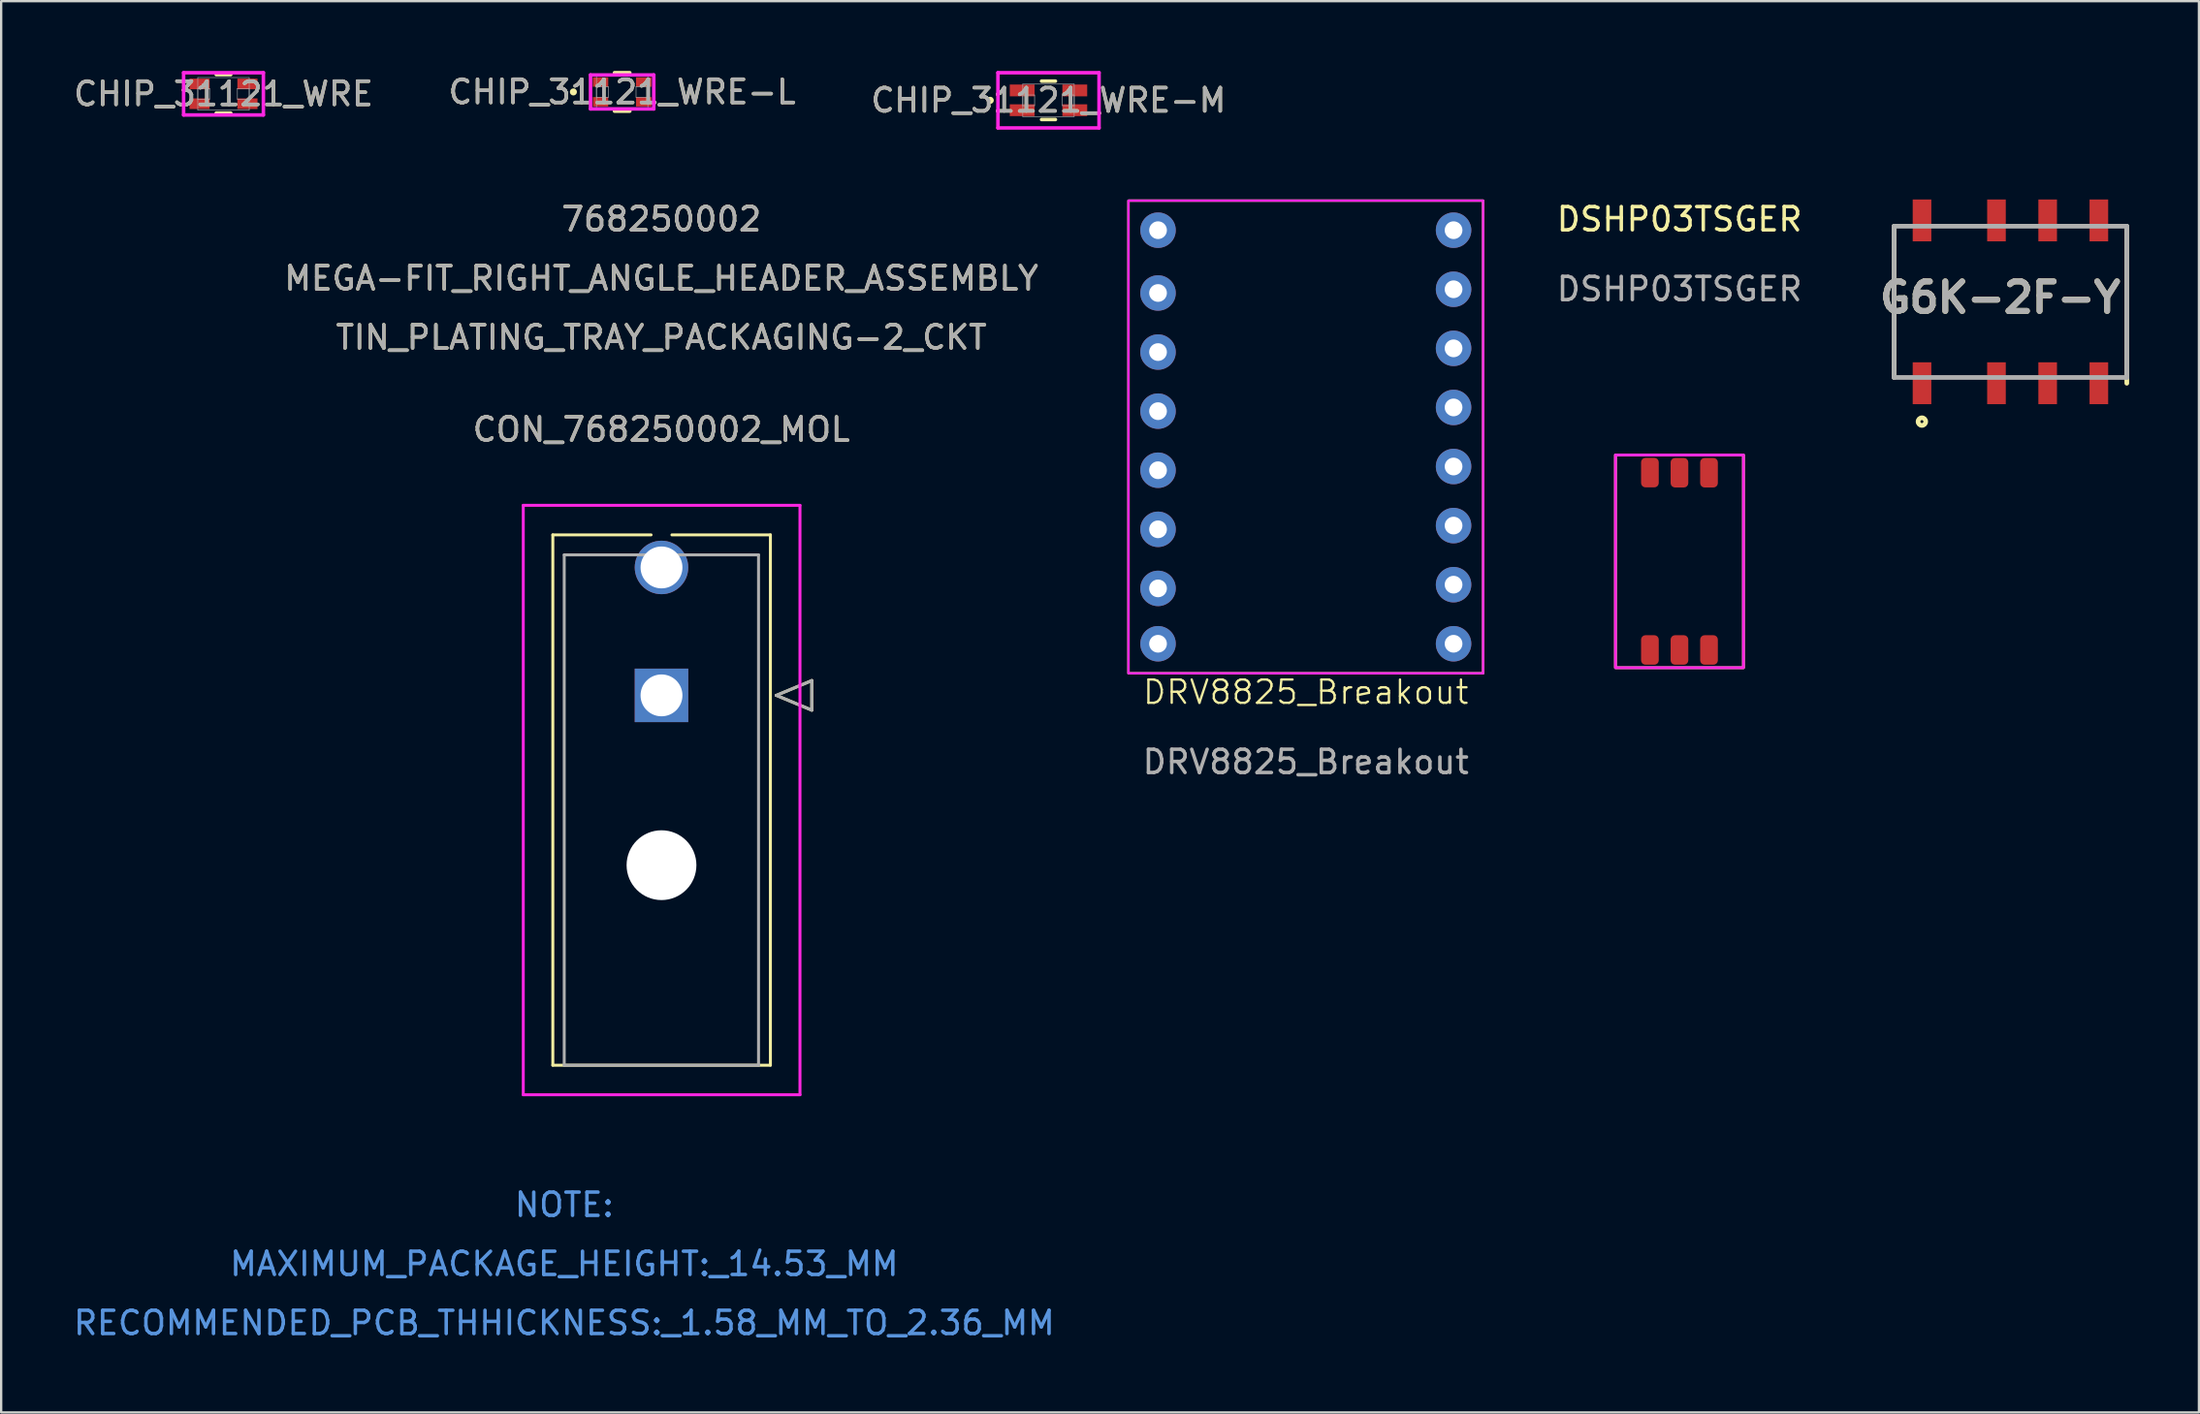
<source format=kicad_pcb>
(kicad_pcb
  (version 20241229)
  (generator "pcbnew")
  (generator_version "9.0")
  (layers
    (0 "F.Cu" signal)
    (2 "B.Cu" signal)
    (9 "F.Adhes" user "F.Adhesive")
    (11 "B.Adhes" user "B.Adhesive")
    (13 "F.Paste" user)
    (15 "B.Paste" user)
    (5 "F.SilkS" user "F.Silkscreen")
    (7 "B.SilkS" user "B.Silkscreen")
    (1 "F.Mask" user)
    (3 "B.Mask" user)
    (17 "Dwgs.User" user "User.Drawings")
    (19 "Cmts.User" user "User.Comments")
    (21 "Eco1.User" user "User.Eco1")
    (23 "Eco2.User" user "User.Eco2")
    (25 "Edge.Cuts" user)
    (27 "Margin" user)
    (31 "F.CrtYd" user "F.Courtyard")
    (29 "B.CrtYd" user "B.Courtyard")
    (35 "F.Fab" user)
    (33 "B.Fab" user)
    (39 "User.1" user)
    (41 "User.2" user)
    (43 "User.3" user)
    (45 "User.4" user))
  (footprint "G6K-2F-Y"
    (layer "F.Cu")
    (at 78.343 9.926)
    (property "Reference" "G6K-2F-Y" (at 4.558 -0.183 0) (layer "F.SilkS") (effects (font (size 1.27 1.27) (thickness 0.254))))
    (attr smd)
    (fp_line (start 0 -3.25) (end 0 3.25) (stroke (width 0.2) (type solid)) (layer "F.SilkS"))
    (fp_line (start 10 -3.25) (end 10 3.5) (stroke (width 0.2) (type solid)) (layer "F.SilkS"))
    (fp_circle (center 1.195 5.149) (end 1.195 5.213) (stroke (width 0.2) (type solid)) (fill no) (layer "F.SilkS"))
    (fp_line (start 0 -3.25) (end 10 -3.25) (stroke (width 0.2) (type solid)) (layer "F.Fab"))
    (fp_line (start 0 3.25) (end 0 -3.25) (stroke (width 0.2) (type solid)) (layer "F.Fab"))
    (fp_line (start 10 -3.25) (end 10 3.25) (stroke (width 0.2) (type solid)) (layer "F.Fab"))
    (fp_line (start 10 3.25) (end 0 3.25) (stroke (width 0.2) (type solid)) (layer "F.Fab"))
    (fp_text user "${REFERENCE}" (at 4.558 -0.183 0) (layer "F.Fab") (effects (font (size 1.27 1.27) (thickness 0.254))))
    (pad "1" smd rect (at 1.2 3.5) (size 0.8 1.8) (layers "F.Cu" "F.Mask" "F.Paste"))
    (pad "2" smd rect (at 4.4 3.5) (size 0.8 1.8) (layers "F.Cu" "F.Mask" "F.Paste"))
    (pad "3" smd rect (at 6.6 3.5) (size 0.8 1.8) (layers "F.Cu" "F.Mask" "F.Paste"))
    (pad "4" smd rect (at 8.8 3.5) (size 0.8 1.8) (layers "F.Cu" "F.Mask" "F.Paste"))
    (pad "5" smd rect (at 8.8 -3.5) (size 0.8 1.8) (layers "F.Cu" "F.Mask" "F.Paste"))
    (pad "6" smd rect (at 6.6 -3.5) (size 0.8 1.8) (layers "F.Cu" "F.Mask" "F.Paste"))
    (pad "7" smd rect (at 4.4 -3.5) (size 0.8 1.8) (layers "F.Cu" "F.Mask" "F.Paste"))
    (pad "8" smd rect (at 1.2 -3.5) (size 0.8 1.8) (layers "F.Cu" "F.Mask" "F.Paste")))
  (footprint "CHIP_31121_WRE"
    (layer "F.Cu")
    (at 6.554 0.984)
    (property "Reference" "CHIP_31121_WRE" (at 0 0 0) (unlocked yes) (layer "F.SilkS") (effects (font (size 1 1) (thickness 0.15))))
    (attr smd)
    (fp_line (start -0.312 0.826) (end 0.312 0.826) (stroke (width 0.152) (type solid)) (layer "F.SilkS"))
    (fp_line (start 0.312 -0.826) (end -0.312 -0.826) (stroke (width 0.152) (type solid)) (layer "F.SilkS"))
    (fp_line (start -1.714 -0.908) (end 1.714 -0.908) (stroke (width 0.152) (type solid)) (layer "F.CrtYd"))
    (fp_line (start -1.714 0.908) (end -1.714 -0.908) (stroke (width 0.152) (type solid)) (layer "F.CrtYd"))
    (fp_line (start 1.714 -0.908) (end 1.714 0.908) (stroke (width 0.152) (type solid)) (layer "F.CrtYd"))
    (fp_line (start 1.714 0.908) (end -1.714 0.908) (stroke (width 0.152) (type solid)) (layer "F.CrtYd"))
    (fp_line (start -1.105 -0.699) (end -1.105 0.699) (stroke (width 0.025) (type solid)) (layer "F.Fab"))
    (fp_line (start -1.105 -0.229) (end -1.105 0.229) (stroke (width 0.025) (type solid)) (layer "F.Fab"))
    (fp_line (start -1.105 0.229) (end -0.597 0.229) (stroke (width 0.025) (type solid)) (layer "F.Fab"))
    (fp_line (start -1.105 0.699) (end 1.105 0.699) (stroke (width 0.025) (type solid)) (layer "F.Fab"))
    (fp_line (start -0.597 -0.229) (end -1.105 -0.229) (stroke (width 0.025) (type solid)) (layer "F.Fab"))
    (fp_line (start -0.597 0.229) (end -0.597 -0.229) (stroke (width 0.025) (type solid)) (layer "F.Fab"))
    (fp_line (start 0.597 -0.229) (end 0.597 0.229) (stroke (width 0.025) (type solid)) (layer "F.Fab"))
    (fp_line (start 0.597 0.229) (end 1.105 0.229) (stroke (width 0.025) (type solid)) (layer "F.Fab"))
    (fp_line (start 1.105 -0.699) (end -1.105 -0.699) (stroke (width 0.025) (type solid)) (layer "F.Fab"))
    (fp_line (start 1.105 -0.229) (end 0.597 -0.229) (stroke (width 0.025) (type solid)) (layer "F.Fab"))
    (fp_line (start 1.105 0.229) (end 1.105 -0.229) (stroke (width 0.025) (type solid)) (layer "F.Fab"))
    (fp_line (start 1.105 0.699) (end 1.105 -0.699) (stroke (width 0.025) (type solid)) (layer "F.Fab"))
    (fp_circle (center -0.902 -0.425) (end -0.902 -0.425) (stroke (width 0.025) (type solid)) (fill no) (layer "F.Fab"))
    (fp_text user "${REFERENCE}" (at 0 0 0) (unlocked yes) (layer "F.Fab") (effects (font (size 1 1) (thickness 0.15))))
    (pad "1" smd rect (at -1.029 -0.425) (size 0.864 0.457) (layers "F.Cu" "F.Mask" "F.Paste"))
    (pad "2" smd rect (at 1.029 -0.425) (size 0.864 0.457) (layers "F.Cu" "F.Mask" "F.Paste"))
    (pad "3" smd rect (at 1.029 0.425) (size 0.864 0.457) (layers "F.Cu" "F.Mask" "F.Paste"))
    (pad "4" smd rect (at -1.029 0.425) (size 0.864 0.457) (layers "F.Cu" "F.Mask" "F.Paste"))
    (zone (net_name "") (layer "F.Cu") (hatch full 0.508) (connect_pads) (min_thickness 0.254) (filled_areas_thickness no) (keepout (tracks not_allowed) (vias not_allowed) (pads allowed) (copperpour not_allowed) (footprints allowed)) (placement (enabled no)) (fill) (polygon (pts (xy 6.007 0.336) (xy 7.1 0.336) (xy 7.1 1.631) (xy 6.007 1.631)))))
  (footprint "CON_768250002_MOL"
    (layer "F.Cu")
    (at 25.376 26.845)
    (property "Reference" "CON_768250002_MOL" (at -0.005 -11.43 0) (unlocked yes) (layer "F.SilkS") (effects (font (size 1 1) (thickness 0.15))))
    (attr through_hole)
    (fp_line (start -4.67 -6.9) (end -4.67 15.9) (stroke (width 0.127) (type solid)) (layer "F.SilkS"))
    (fp_line (start -4.67 15.9) (end 4.68 15.9) (stroke (width 0.127) (type solid)) (layer "F.SilkS"))
    (fp_line (start -0.448 -6.9) (end -4.67 -6.9) (stroke (width 0.127) (type solid)) (layer "F.SilkS"))
    (fp_line (start 4.68 -6.9) (end 0.448 -6.9) (stroke (width 0.127) (type solid)) (layer "F.SilkS"))
    (fp_line (start 4.68 15.9) (end 4.68 -6.9) (stroke (width 0.127) (type solid)) (layer "F.SilkS"))
    (fp_line (start 4.934 0) (end 6.458 -0.635) (stroke (width 0.127) (type solid)) (layer "F.SilkS"))
    (fp_line (start 6.458 -0.635) (end 6.458 0.635) (stroke (width 0.127) (type solid)) (layer "F.SilkS"))
    (fp_line (start 6.458 0.635) (end 4.934 0) (stroke (width 0.127) (type solid)) (layer "F.SilkS"))
    (fp_line (start -5.94 -8.17) (end -5.94 17.17) (stroke (width 0.127) (type solid)) (layer "F.CrtYd"))
    (fp_line (start -5.94 17.17) (end 5.95 17.17) (stroke (width 0.127) (type solid)) (layer "F.CrtYd"))
    (fp_line (start 5.95 -8.17) (end -5.94 -8.17) (stroke (width 0.127) (type solid)) (layer "F.CrtYd"))
    (fp_line (start 5.95 17.17) (end 5.95 -8.17) (stroke (width 0.127) (type solid)) (layer "F.CrtYd"))
    (fp_line (start -4.18 -6.04) (end -4.18 15.9) (stroke (width 0.127) (type solid)) (layer "F.Fab"))
    (fp_line (start -4.18 15.9) (end 4.17 15.9) (stroke (width 0.127) (type solid)) (layer "F.Fab"))
    (fp_line (start 4.17 -6.04) (end -4.18 -6.04) (stroke (width 0.127) (type solid)) (layer "F.Fab"))
    (fp_line (start 4.17 15.9) (end 4.17 -6.04) (stroke (width 0.127) (type solid)) (layer "F.Fab"))
    (fp_line (start 4.934 0) (end 6.458 -0.635) (stroke (width 0.127) (type solid)) (layer "F.Fab"))
    (fp_line (start 6.458 -0.635) (end 6.458 0.635) (stroke (width 0.127) (type solid)) (layer "F.Fab"))
    (fp_line (start 6.458 0.635) (end 4.934 0) (stroke (width 0.127) (type solid)) (layer "F.Fab"))
    (fp_text user "TIN_PLATING_TRAY_PACKAGING-2_CKT" (at -0.005 -15.39 0) (unlocked yes) (layer "F.SilkS") (effects (font (size 1 1) (thickness 0.15))))
    (fp_text user "768250002" (at -0.005 -20.47 0) (unlocked yes) (layer "F.SilkS") (effects (font (size 1 1) (thickness 0.15))))
    (fp_text user "MEGA-FIT_RIGHT_ANGLE_HEADER_ASSEMBLY" (at -0.005 -17.93 0) (unlocked yes) (layer "F.SilkS") (effects (font (size 1 1) (thickness 0.15))))
    (fp_text user "MAXIMUM_PACKAGE_HEIGHT:_14.53_MM" (at -4.18 24.44 0) (unlocked yes) (layer "Cmts.User") (effects (font (size 1 1) (thickness 0.15))))
    (fp_text user "NOTE:" (at -4.18 21.9 0) (unlocked yes) (layer "Cmts.User") (effects (font (size 1 1) (thickness 0.15))))
    (fp_text user "RECOMMENDED_PCB_THHICKNESS:_1.58_MM_TO_2.36_MM" (at -4.18 26.98 0) (unlocked yes) (layer "Cmts.User") (effects (font (size 1 1) (thickness 0.15))))
    (fp_text user "MEGA-FIT_RIGHT_ANGLE_HEADER_ASSEMBLY" (at -0.005 -17.93 0) (unlocked yes) (layer "F.Fab") (effects (font (size 1 1) (thickness 0.15))))
    (fp_text user "${REFERENCE}" (at -0.005 -11.43 0) (unlocked yes) (layer "F.Fab") (effects (font (size 1 1) (thickness 0.15))))
    (fp_text user "TIN_PLATING_TRAY_PACKAGING-2_CKT" (at -0.005 -15.39 0) (unlocked yes) (layer "F.Fab") (effects (font (size 1 1) (thickness 0.15))))
    (fp_text user "768250002" (at -0.005 -20.47 0) (unlocked yes) (layer "F.Fab") (effects (font (size 1 1) (thickness 0.15))))
    (pad "" np_thru_hole circle (at 0 7.3) (size 3 3) (drill 3) (layers "*.Cu" "*.Mask"))
    (pad "1" thru_hole rect (at 0 0) (size 2.3 2.3) (drill 1.8) (layers "*.Cu" "*.Mask"))
    (pad "2" thru_hole circle (at 0 -5.5) (size 2.3 2.3) (drill 1.8) (layers "*.Cu" "*.Mask")))
  (footprint "DRV8825_Breakout"
    (layer "F.Cu")
    (at 53.063 15.736)
    (property "Reference" "DRV8825_Breakout" (at 0 10.97 0) (unlocked yes) (layer "F.SilkS") (effects (font (size 1 1) (thickness 0.1))))
    (attr through_hole)
    (fp_rect (start -7.62 -10.16) (end 7.62 10.16) (stroke (width 0.1) (type default)) (fill no) (layer "F.SilkS"))
    (fp_rect (start -7.62 -10.16) (end 7.62 10.16) (stroke (width 0.1) (type default)) (fill no) (layer "F.CrtYd"))
    (fp_text user "${REFERENCE}" (at 0 13.97 0) (unlocked yes) (layer "F.Fab") (effects (font (size 1 1) (thickness 0.15))))
    (pad "1" thru_hole circle (at -6.35 -8.89) (size 1.524 1.524) (drill 0.762) (layers "*.Cu" "*.Mask"))
    (pad "2" thru_hole circle (at -6.35 -6.19) (size 1.524 1.524) (drill 0.762) (layers "*.Cu" "*.Mask"))
    (pad "3" thru_hole circle (at -6.35 -3.65) (size 1.524 1.524) (drill 0.762) (layers "*.Cu" "*.Mask"))
    (pad "4" thru_hole circle (at -6.35 -1.11) (size 1.524 1.524) (drill 0.762) (layers "*.Cu" "*.Mask"))
    (pad "5" thru_hole circle (at -6.35 1.43) (size 1.524 1.524) (drill 0.762) (layers "*.Cu" "*.Mask"))
    (pad "6" thru_hole circle (at -6.35 3.97) (size 1.524 1.524) (drill 0.762) (layers "*.Cu" "*.Mask"))
    (pad "7" thru_hole circle (at -6.35 6.51) (size 1.524 1.524) (drill 0.762) (layers "*.Cu" "*.Mask"))
    (pad "8" thru_hole circle (at -6.35 8.89) (size 1.524 1.524) (drill 0.762) (layers "*.Cu" "*.Mask"))
    (pad "9" thru_hole circle (at 6.35 -8.89) (size 1.524 1.524) (drill 0.762) (layers "*.Cu" "*.Mask"))
    (pad "10" thru_hole circle (at 6.35 -6.35) (size 1.524 1.524) (drill 0.762) (layers "*.Cu" "*.Mask"))
    (pad "11" thru_hole circle (at 6.35 -3.81) (size 1.524 1.524) (drill 0.762) (layers "*.Cu" "*.Mask"))
    (pad "12" thru_hole circle (at 6.35 -1.27) (size 1.524 1.524) (drill 0.762) (layers "*.Cu" "*.Mask"))
    (pad "13" thru_hole circle (at 6.35 1.27) (size 1.524 1.524) (drill 0.762) (layers "*.Cu" "*.Mask"))
    (pad "14" thru_hole circle (at 6.35 3.81) (size 1.524 1.524) (drill 0.762) (layers "*.Cu" "*.Mask"))
    (pad "15" thru_hole circle (at 6.35 6.35) (size 1.524 1.524) (drill 0.762) (layers "*.Cu" "*.Mask"))
    (pad "16" thru_hole circle (at 6.35 8.89) (size 1.524 1.524) (drill 0.762) (layers "*.Cu" "*.Mask")))
  (footprint "DSHP03TSGER"
    (layer "F.Cu")
    (at 69.12 21.083)
    (property "Reference" "DSHP03TSGER" (at 0 -14.708 0) (unlocked yes) (layer "F.SilkS") (effects (font (size 1 1) (thickness 0.15))))
    (attr smd)
    (fp_rect (start -2.75 -4.572) (end 2.75 4.572) (stroke (width 0.12) (type default)) (fill no) (layer "F.SilkS"))
    (fp_rect (start -2.75 -4.572) (end 2.75 4.572) (stroke (width 0.12) (type default)) (fill no) (layer "F.CrtYd"))
    (fp_text user "${REFERENCE}" (at 0 -11.708 0) (unlocked yes) (layer "F.Fab") (effects (font (size 1 1) (thickness 0.15))))
    (pad "1" smd roundrect (at -1.27 -3.815) (size 0.76 1.27) (layers "F.Cu" "F.Mask" "F.Paste") (roundrect_rratio 0.25))
    (pad "2" smd roundrect (at -1.27 3.81) (size 0.76 1.27) (layers "F.Cu" "F.Mask" "F.Paste") (roundrect_rratio 0.25))
    (pad "3" smd roundrect (at 0 -3.81) (size 0.76 1.27) (layers "F.Cu" "F.Mask" "F.Paste") (roundrect_rratio 0.25))
    (pad "4" smd roundrect (at 0 3.81) (size 0.76 1.27) (layers "F.Cu" "F.Mask" "F.Paste") (roundrect_rratio 0.25))
    (pad "5" smd roundrect (at 1.27 -3.81) (size 0.76 1.27) (layers "F.Cu" "F.Mask" "F.Paste") (roundrect_rratio 0.25))
    (pad "6" smd roundrect (at 1.27 3.81) (size 0.76 1.27) (layers "F.Cu" "F.Mask" "F.Paste") (roundrect_rratio 0.25)))
  (footprint "CHIP_31121_WRE-L"
    (layer "F.Cu")
    (at 23.685 0.902)
    (property "Reference" "CHIP_31121_WRE-L" (at 0 0 0) (unlocked yes) (layer "F.SilkS") (effects (font (size 1 1) (thickness 0.15))))
    (attr smd)
    (fp_line (start -0.329 0.826) (end 0.329 0.826) (stroke (width 0.152) (type solid)) (layer "F.SilkS"))
    (fp_line (start 0.329 -0.826) (end -0.329 -0.826) (stroke (width 0.152) (type solid)) (layer "F.SilkS"))
    (fp_circle (center -2.095 0) (end -2.019 0) (stroke (width 0.152) (type solid)) (fill no) (layer "F.SilkS"))
    (fp_line (start -1.359 -0.73) (end 1.359 -0.73) (stroke (width 0.152) (type solid)) (layer "F.CrtYd"))
    (fp_line (start -1.359 0.73) (end -1.359 -0.73) (stroke (width 0.152) (type solid)) (layer "F.CrtYd"))
    (fp_line (start 1.359 -0.73) (end 1.359 0.73) (stroke (width 0.152) (type solid)) (layer "F.CrtYd"))
    (fp_line (start 1.359 0.73) (end -1.359 0.73) (stroke (width 0.152) (type solid)) (layer "F.CrtYd"))
    (fp_line (start -1.105 -0.699) (end -1.105 0.699) (stroke (width 0.025) (type solid)) (layer "F.Fab"))
    (fp_line (start -1.105 -0.229) (end -1.105 0.229) (stroke (width 0.025) (type solid)) (layer "F.Fab"))
    (fp_line (start -1.105 0.229) (end -0.597 0.229) (stroke (width 0.025) (type solid)) (layer "F.Fab"))
    (fp_line (start -1.105 0.699) (end 1.105 0.699) (stroke (width 0.025) (type solid)) (layer "F.Fab"))
    (fp_line (start -0.597 -0.229) (end -1.105 -0.229) (stroke (width 0.025) (type solid)) (layer "F.Fab"))
    (fp_line (start -0.597 0.229) (end -0.597 -0.229) (stroke (width 0.025) (type solid)) (layer "F.Fab"))
    (fp_line (start 0.597 -0.229) (end 0.597 0.229) (stroke (width 0.025) (type solid)) (layer "F.Fab"))
    (fp_line (start 0.597 0.229) (end 1.105 0.229) (stroke (width 0.025) (type solid)) (layer "F.Fab"))
    (fp_line (start 1.105 -0.699) (end -1.105 -0.699) (stroke (width 0.025) (type solid)) (layer "F.Fab"))
    (fp_line (start 1.105 -0.229) (end 0.597 -0.229) (stroke (width 0.025) (type solid)) (layer "F.Fab"))
    (fp_line (start 1.105 0.229) (end 1.105 -0.229) (stroke (width 0.025) (type solid)) (layer "F.Fab"))
    (fp_line (start 1.105 0.699) (end 1.105 -0.699) (stroke (width 0.025) (type solid)) (layer "F.Fab"))
    (fp_circle (center -0.8 -0.425) (end -0.724 -0.425) (stroke (width 0.025) (type solid)) (fill no) (layer "F.Fab"))
    (fp_text user "${REFERENCE}" (at 0 0 0) (unlocked yes) (layer "F.Fab") (effects (font (size 1 1) (thickness 0.15))))
    (pad "1" smd rect (at -0.927 -0.425) (size 0.66 0.406) (layers "F.Cu" "F.Mask" "F.Paste"))
    (pad "2" smd rect (at 0.927 -0.425) (size 0.66 0.406) (layers "F.Cu" "F.Mask" "F.Paste"))
    (pad "3" smd rect (at 0.927 0.425) (size 0.66 0.406) (layers "F.Cu" "F.Mask" "F.Paste"))
    (pad "4" smd rect (at -0.927 0.425) (size 0.66 0.406) (layers "F.Cu" "F.Mask" "F.Paste"))
    (zone (net_name "") (layer "F.Cu") (hatch full 0.508) (connect_pads) (min_thickness 0.254) (filled_areas_thickness no) (keepout (tracks not_allowed) (vias not_allowed) (pads allowed) (copperpour not_allowed) (footprints allowed)) (placement (enabled no)) (fill) (polygon (pts (xy 23.138 0.254) (xy 24.231 0.254) (xy 24.231 1.549) (xy 23.138 1.549)))))
  (footprint "CHIP_31121_WRE-M"
    (layer "F.Cu")
    (at 42.006 1.263)
    (property "Reference" "CHIP_31121_WRE-M" (at 0 0 0) (unlocked yes) (layer "F.SilkS") (effects (font (size 1 1) (thickness 0.15))))
    (attr smd)
    (fp_line (start -0.298 0.826) (end 0.298 0.826) (stroke (width 0.152) (type solid)) (layer "F.SilkS"))
    (fp_line (start 0.298 -0.826) (end -0.298 -0.826) (stroke (width 0.152) (type solid)) (layer "F.SilkS"))
    (fp_circle (center -2.502 0) (end -2.426 0) (stroke (width 0.152) (type solid)) (fill no) (layer "F.SilkS"))
    (fp_line (start -2.172 -1.187) (end 2.172 -1.187) (stroke (width 0.152) (type solid)) (layer "F.CrtYd"))
    (fp_line (start -2.172 1.187) (end -2.172 -1.187) (stroke (width 0.152) (type solid)) (layer "F.CrtYd"))
    (fp_line (start 2.172 -1.187) (end 2.172 1.187) (stroke (width 0.152) (type solid)) (layer "F.CrtYd"))
    (fp_line (start 2.172 1.187) (end -2.172 1.187) (stroke (width 0.152) (type solid)) (layer "F.CrtYd"))
    (fp_line (start -1.105 -0.699) (end -1.105 0.699) (stroke (width 0.025) (type solid)) (layer "F.Fab"))
    (fp_line (start -1.105 -0.229) (end -1.105 0.229) (stroke (width 0.025) (type solid)) (layer "F.Fab"))
    (fp_line (start -1.105 0.229) (end -0.597 0.229) (stroke (width 0.025) (type solid)) (layer "F.Fab"))
    (fp_line (start -1.105 0.699) (end 1.105 0.699) (stroke (width 0.025) (type solid)) (layer "F.Fab"))
    (fp_line (start -0.597 -0.229) (end -1.105 -0.229) (stroke (width 0.025) (type solid)) (layer "F.Fab"))
    (fp_line (start -0.597 0.229) (end -0.597 -0.229) (stroke (width 0.025) (type solid)) (layer "F.Fab"))
    (fp_line (start 0.597 -0.229) (end 0.597 0.229) (stroke (width 0.025) (type solid)) (layer "F.Fab"))
    (fp_line (start 0.597 0.229) (end 1.105 0.229) (stroke (width 0.025) (type solid)) (layer "F.Fab"))
    (fp_line (start 1.105 -0.699) (end -1.105 -0.699) (stroke (width 0.025) (type solid)) (layer "F.Fab"))
    (fp_line (start 1.105 -0.229) (end 0.597 -0.229) (stroke (width 0.025) (type solid)) (layer "F.Fab"))
    (fp_line (start 1.105 0.229) (end 1.105 -0.229) (stroke (width 0.025) (type solid)) (layer "F.Fab"))
    (fp_line (start 1.105 0.699) (end 1.105 -0.699) (stroke (width 0.025) (type solid)) (layer "F.Fab"))
    (fp_circle (center -1.003 -0.425) (end -0.927 -0.425) (stroke (width 0.025) (type solid)) (fill no) (layer "F.Fab"))
    (fp_text user "${REFERENCE}" (at 0 0 0) (unlocked yes) (layer "F.Fab") (effects (font (size 1 1) (thickness 0.15))))
    (pad "1" smd rect (at -1.13 -0.425) (size 1.067 0.508) (layers "F.Cu" "F.Mask" "F.Paste"))
    (pad "2" smd rect (at 1.13 -0.425) (size 1.067 0.508) (layers "F.Cu" "F.Mask" "F.Paste"))
    (pad "3" smd rect (at 1.13 0.425) (size 1.067 0.508) (layers "F.Cu" "F.Mask" "F.Paste"))
    (pad "4" smd rect (at -1.13 0.425) (size 1.067 0.508) (layers "F.Cu" "F.Mask" "F.Paste"))
    (zone (net_name "") (layer "F.Cu") (hatch full 0.508) (connect_pads) (min_thickness 0.254) (filled_areas_thickness no) (keepout (tracks not_allowed) (vias not_allowed) (pads allowed) (copperpour not_allowed) (footprints allowed)) (placement (enabled no)) (fill) (polygon (pts (xy 41.46 0.616) (xy 42.552 0.616) (xy 42.552 1.911) (xy 41.46 1.911)))))
  (gr_rect
    (start -3 -3)
    (end 91.443 57.673)
    (stroke (width 0.1) (type default))
    (fill no)
    (layer "Edge.Cuts")))
</source>
